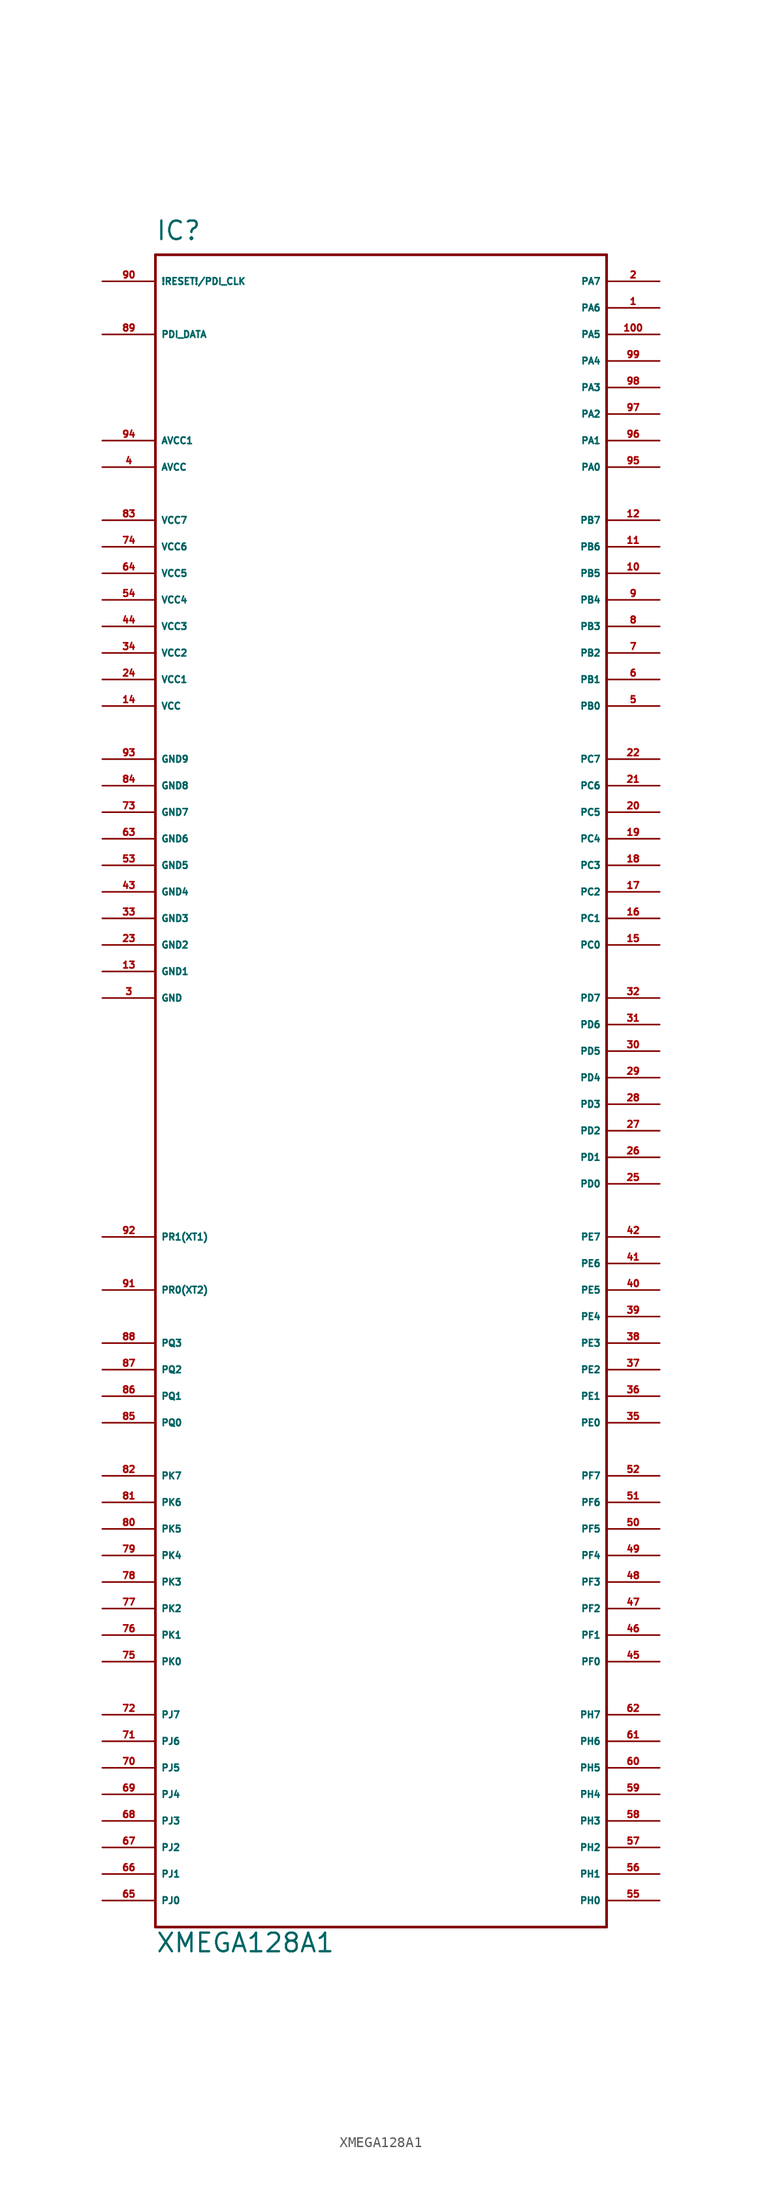
<source format=kicad_sym>
(kicad_symbol_lib
  (version 20220914)
  (generator Eagle2Kicad)
  (symbol "XMEGA128A1"
    (property "Reference" "IC"
      (at -20.32 80.01 0)
      (effects (font (size 1.778 1.778) (thickness 0.22)) (justify left bottom)))
    (property "Value" "XMEGA128A1"
      (at -20.32 -83.82 0)
      (effects (font (size 1.778 1.778) (thickness 0.22)) (justify left bottom)))
    (polyline
      (pts (xy -20.32 78.74) (xy 22.86 78.74))
      (stroke (width 0.254) (type default))
      (fill (type none)))
    (polyline
      (pts (xy 22.86 78.74) (xy 22.86 -81.28))
      (stroke (width 0.254) (type default))
      (fill (type none)))
    (polyline
      (pts (xy 22.86 -81.28) (xy -20.32 -81.28))
      (stroke (width 0.254) (type default))
      (fill (type none)))
    (polyline
      (pts (xy -20.32 -81.28) (xy -20.32 78.74))
      (stroke (width 0.254) (type default))
      (fill (type none)))
    (pin bidirectional line
      (at 27.94 -55.88 180)
      (length 5.08)
      (name "PF0" (effects (font (size 0.635 0.635) (thickness 0.08)) (justify left bottom)))
      (number "45" (effects (font (size 0.635 0.635) (thickness 0.08)) (justify left bottom))))
    (pin bidirectional line
      (at 27.94 -53.34 180)
      (length 5.08)
      (name "PF1" (effects (font (size 0.635 0.635) (thickness 0.08)) (justify left bottom)))
      (number "46" (effects (font (size 0.635 0.635) (thickness 0.08)) (justify left bottom))))
    (pin bidirectional line
      (at 27.94 -50.8 180)
      (length 5.08)
      (name "PF2" (effects (font (size 0.635 0.635) (thickness 0.08)) (justify left bottom)))
      (number "47" (effects (font (size 0.635 0.635) (thickness 0.08)) (justify left bottom))))
    (pin bidirectional line
      (at 27.94 -48.26 180)
      (length 5.08)
      (name "PF3" (effects (font (size 0.635 0.635) (thickness 0.08)) (justify left bottom)))
      (number "48" (effects (font (size 0.635 0.635) (thickness 0.08)) (justify left bottom))))
    (pin bidirectional line
      (at 27.94 -45.72 180)
      (length 5.08)
      (name "PF4" (effects (font (size 0.635 0.635) (thickness 0.08)) (justify left bottom)))
      (number "49" (effects (font (size 0.635 0.635) (thickness 0.08)) (justify left bottom))))
    (pin bidirectional line
      (at 27.94 -43.18 180)
      (length 5.08)
      (name "PF5" (effects (font (size 0.635 0.635) (thickness 0.08)) (justify left bottom)))
      (number "50" (effects (font (size 0.635 0.635) (thickness 0.08)) (justify left bottom))))
    (pin bidirectional line
      (at 27.94 -40.64 180)
      (length 5.08)
      (name "PF6" (effects (font (size 0.635 0.635) (thickness 0.08)) (justify left bottom)))
      (number "51" (effects (font (size 0.635 0.635) (thickness 0.08)) (justify left bottom))))
    (pin bidirectional line
      (at 27.94 -38.1 180)
      (length 5.08)
      (name "PF7" (effects (font (size 0.635 0.635) (thickness 0.08)) (justify left bottom)))
      (number "52" (effects (font (size 0.635 0.635) (thickness 0.08)) (justify left bottom))))
    (pin bidirectional line
      (at 27.94 -33.02 180)
      (length 5.08)
      (name "PE0" (effects (font (size 0.635 0.635) (thickness 0.08)) (justify left bottom)))
      (number "35" (effects (font (size 0.635 0.635) (thickness 0.08)) (justify left bottom))))
    (pin bidirectional line
      (at 27.94 -30.48 180)
      (length 5.08)
      (name "PE1" (effects (font (size 0.635 0.635) (thickness 0.08)) (justify left bottom)))
      (number "36" (effects (font (size 0.635 0.635) (thickness 0.08)) (justify left bottom))))
    (pin bidirectional line
      (at 27.94 -27.94 180)
      (length 5.08)
      (name "PE2" (effects (font (size 0.635 0.635) (thickness 0.08)) (justify left bottom)))
      (number "37" (effects (font (size 0.635 0.635) (thickness 0.08)) (justify left bottom))))
    (pin bidirectional line
      (at 27.94 -25.4 180)
      (length 5.08)
      (name "PE3" (effects (font (size 0.635 0.635) (thickness 0.08)) (justify left bottom)))
      (number "38" (effects (font (size 0.635 0.635) (thickness 0.08)) (justify left bottom))))
    (pin bidirectional line
      (at 27.94 -22.86 180)
      (length 5.08)
      (name "PE4" (effects (font (size 0.635 0.635) (thickness 0.08)) (justify left bottom)))
      (number "39" (effects (font (size 0.635 0.635) (thickness 0.08)) (justify left bottom))))
    (pin bidirectional line
      (at 27.94 -20.32 180)
      (length 5.08)
      (name "PE5" (effects (font (size 0.635 0.635) (thickness 0.08)) (justify left bottom)))
      (number "40" (effects (font (size 0.635 0.635) (thickness 0.08)) (justify left bottom))))
    (pin bidirectional line
      (at 27.94 -17.78 180)
      (length 5.08)
      (name "PE6" (effects (font (size 0.635 0.635) (thickness 0.08)) (justify left bottom)))
      (number "41" (effects (font (size 0.635 0.635) (thickness 0.08)) (justify left bottom))))
    (pin bidirectional line
      (at 27.94 -15.24 180)
      (length 5.08)
      (name "PE7" (effects (font (size 0.635 0.635) (thickness 0.08)) (justify left bottom)))
      (number "42" (effects (font (size 0.635 0.635) (thickness 0.08)) (justify left bottom))))
    (pin bidirectional line
      (at 27.94 7.62 180)
      (length 5.08)
      (name "PD7" (effects (font (size 0.635 0.635) (thickness 0.08)) (justify left bottom)))
      (number "32" (effects (font (size 0.635 0.635) (thickness 0.08)) (justify left bottom))))
    (pin bidirectional line
      (at 27.94 5.08 180)
      (length 5.08)
      (name "PD6" (effects (font (size 0.635 0.635) (thickness 0.08)) (justify left bottom)))
      (number "31" (effects (font (size 0.635 0.635) (thickness 0.08)) (justify left bottom))))
    (pin bidirectional line
      (at 27.94 2.54 180)
      (length 5.08)
      (name "PD5" (effects (font (size 0.635 0.635) (thickness 0.08)) (justify left bottom)))
      (number "30" (effects (font (size 0.635 0.635) (thickness 0.08)) (justify left bottom))))
    (pin bidirectional line
      (at 27.94 0 180)
      (length 5.08)
      (name "PD4" (effects (font (size 0.635 0.635) (thickness 0.08)) (justify left bottom)))
      (number "29" (effects (font (size 0.635 0.635) (thickness 0.08)) (justify left bottom))))
    (pin bidirectional line
      (at 27.94 -2.54 180)
      (length 5.08)
      (name "PD3" (effects (font (size 0.635 0.635) (thickness 0.08)) (justify left bottom)))
      (number "28" (effects (font (size 0.635 0.635) (thickness 0.08)) (justify left bottom))))
    (pin bidirectional line
      (at 27.94 -5.08 180)
      (length 5.08)
      (name "PD2" (effects (font (size 0.635 0.635) (thickness 0.08)) (justify left bottom)))
      (number "27" (effects (font (size 0.635 0.635) (thickness 0.08)) (justify left bottom))))
    (pin bidirectional line
      (at 27.94 -7.62 180)
      (length 5.08)
      (name "PD1" (effects (font (size 0.635 0.635) (thickness 0.08)) (justify left bottom)))
      (number "26" (effects (font (size 0.635 0.635) (thickness 0.08)) (justify left bottom))))
    (pin bidirectional line
      (at 27.94 -10.16 180)
      (length 5.08)
      (name "PD0" (effects (font (size 0.635 0.635) (thickness 0.08)) (justify left bottom)))
      (number "25" (effects (font (size 0.635 0.635) (thickness 0.08)) (justify left bottom))))
    (pin bidirectional line
      (at 27.94 30.48 180)
      (length 5.08)
      (name "PC7" (effects (font (size 0.635 0.635) (thickness 0.08)) (justify left bottom)))
      (number "22" (effects (font (size 0.635 0.635) (thickness 0.08)) (justify left bottom))))
    (pin bidirectional line
      (at 27.94 27.94 180)
      (length 5.08)
      (name "PC6" (effects (font (size 0.635 0.635) (thickness 0.08)) (justify left bottom)))
      (number "21" (effects (font (size 0.635 0.635) (thickness 0.08)) (justify left bottom))))
    (pin bidirectional line
      (at 27.94 25.4 180)
      (length 5.08)
      (name "PC5" (effects (font (size 0.635 0.635) (thickness 0.08)) (justify left bottom)))
      (number "20" (effects (font (size 0.635 0.635) (thickness 0.08)) (justify left bottom))))
    (pin bidirectional line
      (at 27.94 22.86 180)
      (length 5.08)
      (name "PC4" (effects (font (size 0.635 0.635) (thickness 0.08)) (justify left bottom)))
      (number "19" (effects (font (size 0.635 0.635) (thickness 0.08)) (justify left bottom))))
    (pin bidirectional line
      (at 27.94 20.32 180)
      (length 5.08)
      (name "PC3" (effects (font (size 0.635 0.635) (thickness 0.08)) (justify left bottom)))
      (number "18" (effects (font (size 0.635 0.635) (thickness 0.08)) (justify left bottom))))
    (pin bidirectional line
      (at 27.94 17.78 180)
      (length 5.08)
      (name "PC2" (effects (font (size 0.635 0.635) (thickness 0.08)) (justify left bottom)))
      (number "17" (effects (font (size 0.635 0.635) (thickness 0.08)) (justify left bottom))))
    (pin bidirectional line
      (at 27.94 15.24 180)
      (length 5.08)
      (name "PC1" (effects (font (size 0.635 0.635) (thickness 0.08)) (justify left bottom)))
      (number "16" (effects (font (size 0.635 0.635) (thickness 0.08)) (justify left bottom))))
    (pin bidirectional line
      (at 27.94 12.7 180)
      (length 5.08)
      (name "PC0" (effects (font (size 0.635 0.635) (thickness 0.08)) (justify left bottom)))
      (number "15" (effects (font (size 0.635 0.635) (thickness 0.08)) (justify left bottom))))
    (pin bidirectional line
      (at 27.94 35.56 180)
      (length 5.08)
      (name "PB0" (effects (font (size 0.635 0.635) (thickness 0.08)) (justify left bottom)))
      (number "5" (effects (font (size 0.635 0.635) (thickness 0.08)) (justify left bottom))))
    (pin bidirectional line
      (at 27.94 73.66 180)
      (length 5.08)
      (name "PA6" (effects (font (size 0.635 0.635) (thickness 0.08)) (justify left bottom)))
      (number "1" (effects (font (size 0.635 0.635) (thickness 0.08)) (justify left bottom))))
    (pin bidirectional line
      (at 27.94 76.2 180)
      (length 5.08)
      (name "PA7" (effects (font (size 0.635 0.635) (thickness 0.08)) (justify left bottom)))
      (number "2" (effects (font (size 0.635 0.635) (thickness 0.08)) (justify left bottom))))
    (pin bidirectional line
      (at 27.94 71.12 180)
      (length 5.08)
      (name "PA5" (effects (font (size 0.635 0.635) (thickness 0.08)) (justify left bottom)))
      (number "100" (effects (font (size 0.635 0.635) (thickness 0.08)) (justify left bottom))))
    (pin bidirectional line
      (at 27.94 68.58 180)
      (length 5.08)
      (name "PA4" (effects (font (size 0.635 0.635) (thickness 0.08)) (justify left bottom)))
      (number "99" (effects (font (size 0.635 0.635) (thickness 0.08)) (justify left bottom))))
    (pin bidirectional line
      (at 27.94 66.04 180)
      (length 5.08)
      (name "PA3" (effects (font (size 0.635 0.635) (thickness 0.08)) (justify left bottom)))
      (number "98" (effects (font (size 0.635 0.635) (thickness 0.08)) (justify left bottom))))
    (pin bidirectional line
      (at 27.94 63.5 180)
      (length 5.08)
      (name "PA2" (effects (font (size 0.635 0.635) (thickness 0.08)) (justify left bottom)))
      (number "97" (effects (font (size 0.635 0.635) (thickness 0.08)) (justify left bottom))))
    (pin bidirectional line
      (at 27.94 60.96 180)
      (length 5.08)
      (name "PA1" (effects (font (size 0.635 0.635) (thickness 0.08)) (justify left bottom)))
      (number "96" (effects (font (size 0.635 0.635) (thickness 0.08)) (justify left bottom))))
    (pin bidirectional line
      (at 27.94 58.42 180)
      (length 5.08)
      (name "PA0" (effects (font (size 0.635 0.635) (thickness 0.08)) (justify left bottom)))
      (number "95" (effects (font (size 0.635 0.635) (thickness 0.08)) (justify left bottom))))
    (pin unspecified line
      (at -25.4 60.96 0)
      (length 5.08)
      (name "AVCC1" (effects (font (size 0.635 0.635) (thickness 0.08)) (justify left bottom)))
      (number "94" (effects (font (size 0.635 0.635) (thickness 0.08)) (justify left bottom))))
    (pin unspecified line
      (at -25.4 30.48 0)
      (length 5.08)
      (name "GND9" (effects (font (size 0.635 0.635) (thickness 0.08)) (justify left bottom)))
      (number "93" (effects (font (size 0.635 0.635) (thickness 0.08)) (justify left bottom))))
    (pin bidirectional line
      (at -25.4 71.12 0)
      (length 5.08)
      (name "PDI_DATA" (effects (font (size 0.635 0.635) (thickness 0.08)) (justify left bottom)))
      (number "89" (effects (font (size 0.635 0.635) (thickness 0.08)) (justify left bottom))))
    (pin unspecified line
      (at -25.4 38.1 0)
      (length 5.08)
      (name "VCC1" (effects (font (size 0.635 0.635) (thickness 0.08)) (justify left bottom)))
      (number "24" (effects (font (size 0.635 0.635) (thickness 0.08)) (justify left bottom))))
    (pin unspecified line
      (at -25.4 35.56 0)
      (length 5.08)
      (name "VCC" (effects (font (size 0.635 0.635) (thickness 0.08)) (justify left bottom)))
      (number "14" (effects (font (size 0.635 0.635) (thickness 0.08)) (justify left bottom))))
    (pin unspecified line
      (at -25.4 10.16 0)
      (length 5.08)
      (name "GND1" (effects (font (size 0.635 0.635) (thickness 0.08)) (justify left bottom)))
      (number "13" (effects (font (size 0.635 0.635) (thickness 0.08)) (justify left bottom))))
    (pin unspecified line
      (at -25.4 7.62 0)
      (length 5.08)
      (name "GND" (effects (font (size 0.635 0.635) (thickness 0.08)) (justify left bottom)))
      (number "3" (effects (font (size 0.635 0.635) (thickness 0.08)) (justify left bottom))))
    (pin input line
      (at -25.4 76.2 0)
      (length 5.08)
      (name "!RESET!/PDI_CLK" (effects (font (size 0.635 0.635) (thickness 0.08)) (justify left bottom)))
      (number "90" (effects (font (size 0.635 0.635) (thickness 0.08)) (justify left bottom))))
    (pin unspecified line
      (at -25.4 12.7 0)
      (length 5.08)
      (name "GND2" (effects (font (size 0.635 0.635) (thickness 0.08)) (justify left bottom)))
      (number "23" (effects (font (size 0.635 0.635) (thickness 0.08)) (justify left bottom))))
    (pin unspecified line
      (at -25.4 15.24 0)
      (length 5.08)
      (name "GND3" (effects (font (size 0.635 0.635) (thickness 0.08)) (justify left bottom)))
      (number "33" (effects (font (size 0.635 0.635) (thickness 0.08)) (justify left bottom))))
    (pin unspecified line
      (at -25.4 17.78 0)
      (length 5.08)
      (name "GND4" (effects (font (size 0.635 0.635) (thickness 0.08)) (justify left bottom)))
      (number "43" (effects (font (size 0.635 0.635) (thickness 0.08)) (justify left bottom))))
    (pin unspecified line
      (at -25.4 20.32 0)
      (length 5.08)
      (name "GND5" (effects (font (size 0.635 0.635) (thickness 0.08)) (justify left bottom)))
      (number "53" (effects (font (size 0.635 0.635) (thickness 0.08)) (justify left bottom))))
    (pin unspecified line
      (at -25.4 22.86 0)
      (length 5.08)
      (name "GND6" (effects (font (size 0.635 0.635) (thickness 0.08)) (justify left bottom)))
      (number "63" (effects (font (size 0.635 0.635) (thickness 0.08)) (justify left bottom))))
    (pin unspecified line
      (at -25.4 25.4 0)
      (length 5.08)
      (name "GND7" (effects (font (size 0.635 0.635) (thickness 0.08)) (justify left bottom)))
      (number "73" (effects (font (size 0.635 0.635) (thickness 0.08)) (justify left bottom))))
    (pin unspecified line
      (at -25.4 40.64 0)
      (length 5.08)
      (name "VCC2" (effects (font (size 0.635 0.635) (thickness 0.08)) (justify left bottom)))
      (number "34" (effects (font (size 0.635 0.635) (thickness 0.08)) (justify left bottom))))
    (pin unspecified line
      (at -25.4 43.18 0)
      (length 5.08)
      (name "VCC3" (effects (font (size 0.635 0.635) (thickness 0.08)) (justify left bottom)))
      (number "44" (effects (font (size 0.635 0.635) (thickness 0.08)) (justify left bottom))))
    (pin unspecified line
      (at -25.4 45.72 0)
      (length 5.08)
      (name "VCC4" (effects (font (size 0.635 0.635) (thickness 0.08)) (justify left bottom)))
      (number "54" (effects (font (size 0.635 0.635) (thickness 0.08)) (justify left bottom))))
    (pin unspecified line
      (at -25.4 48.26 0)
      (length 5.08)
      (name "VCC5" (effects (font (size 0.635 0.635) (thickness 0.08)) (justify left bottom)))
      (number "64" (effects (font (size 0.635 0.635) (thickness 0.08)) (justify left bottom))))
    (pin unspecified line
      (at -25.4 50.8 0)
      (length 5.08)
      (name "VCC6" (effects (font (size 0.635 0.635) (thickness 0.08)) (justify left bottom)))
      (number "74" (effects (font (size 0.635 0.635) (thickness 0.08)) (justify left bottom))))
    (pin unspecified line
      (at -25.4 53.34 0)
      (length 5.08)
      (name "VCC7" (effects (font (size 0.635 0.635) (thickness 0.08)) (justify left bottom)))
      (number "83" (effects (font (size 0.635 0.635) (thickness 0.08)) (justify left bottom))))
    (pin unspecified line
      (at -25.4 58.42 0)
      (length 5.08)
      (name "AVCC" (effects (font (size 0.635 0.635) (thickness 0.08)) (justify left bottom)))
      (number "4" (effects (font (size 0.635 0.635) (thickness 0.08)) (justify left bottom))))
    (pin unspecified line
      (at -25.4 27.94 0)
      (length 5.08)
      (name "GND8" (effects (font (size 0.635 0.635) (thickness 0.08)) (justify left bottom)))
      (number "84" (effects (font (size 0.635 0.635) (thickness 0.08)) (justify left bottom))))
    (pin bidirectional line
      (at 27.94 -78.74 180)
      (length 5.08)
      (name "PH0" (effects (font (size 0.635 0.635) (thickness 0.08)) (justify left bottom)))
      (number "55" (effects (font (size 0.635 0.635) (thickness 0.08)) (justify left bottom))))
    (pin bidirectional line
      (at 27.94 -76.2 180)
      (length 5.08)
      (name "PH1" (effects (font (size 0.635 0.635) (thickness 0.08)) (justify left bottom)))
      (number "56" (effects (font (size 0.635 0.635) (thickness 0.08)) (justify left bottom))))
    (pin bidirectional line
      (at 27.94 -73.66 180)
      (length 5.08)
      (name "PH2" (effects (font (size 0.635 0.635) (thickness 0.08)) (justify left bottom)))
      (number "57" (effects (font (size 0.635 0.635) (thickness 0.08)) (justify left bottom))))
    (pin bidirectional line
      (at 27.94 -71.12 180)
      (length 5.08)
      (name "PH3" (effects (font (size 0.635 0.635) (thickness 0.08)) (justify left bottom)))
      (number "58" (effects (font (size 0.635 0.635) (thickness 0.08)) (justify left bottom))))
    (pin bidirectional line
      (at 27.94 -68.58 180)
      (length 5.08)
      (name "PH4" (effects (font (size 0.635 0.635) (thickness 0.08)) (justify left bottom)))
      (number "59" (effects (font (size 0.635 0.635) (thickness 0.08)) (justify left bottom))))
    (pin bidirectional line
      (at 27.94 -66.04 180)
      (length 5.08)
      (name "PH5" (effects (font (size 0.635 0.635) (thickness 0.08)) (justify left bottom)))
      (number "60" (effects (font (size 0.635 0.635) (thickness 0.08)) (justify left bottom))))
    (pin bidirectional line
      (at 27.94 -63.5 180)
      (length 5.08)
      (name "PH6" (effects (font (size 0.635 0.635) (thickness 0.08)) (justify left bottom)))
      (number "61" (effects (font (size 0.635 0.635) (thickness 0.08)) (justify left bottom))))
    (pin bidirectional line
      (at 27.94 -60.96 180)
      (length 5.08)
      (name "PH7" (effects (font (size 0.635 0.635) (thickness 0.08)) (justify left bottom)))
      (number "62" (effects (font (size 0.635 0.635) (thickness 0.08)) (justify left bottom))))
    (pin bidirectional line
      (at -25.4 -78.74 0)
      (length 5.08)
      (name "PJ0" (effects (font (size 0.635 0.635) (thickness 0.08)) (justify left bottom)))
      (number "65" (effects (font (size 0.635 0.635) (thickness 0.08)) (justify left bottom))))
    (pin bidirectional line
      (at -25.4 -76.2 0)
      (length 5.08)
      (name "PJ1" (effects (font (size 0.635 0.635) (thickness 0.08)) (justify left bottom)))
      (number "66" (effects (font (size 0.635 0.635) (thickness 0.08)) (justify left bottom))))
    (pin bidirectional line
      (at -25.4 -73.66 0)
      (length 5.08)
      (name "PJ2" (effects (font (size 0.635 0.635) (thickness 0.08)) (justify left bottom)))
      (number "67" (effects (font (size 0.635 0.635) (thickness 0.08)) (justify left bottom))))
    (pin bidirectional line
      (at -25.4 -71.12 0)
      (length 5.08)
      (name "PJ3" (effects (font (size 0.635 0.635) (thickness 0.08)) (justify left bottom)))
      (number "68" (effects (font (size 0.635 0.635) (thickness 0.08)) (justify left bottom))))
    (pin bidirectional line
      (at -25.4 -68.58 0)
      (length 5.08)
      (name "PJ4" (effects (font (size 0.635 0.635) (thickness 0.08)) (justify left bottom)))
      (number "69" (effects (font (size 0.635 0.635) (thickness 0.08)) (justify left bottom))))
    (pin bidirectional line
      (at -25.4 -66.04 0)
      (length 5.08)
      (name "PJ5" (effects (font (size 0.635 0.635) (thickness 0.08)) (justify left bottom)))
      (number "70" (effects (font (size 0.635 0.635) (thickness 0.08)) (justify left bottom))))
    (pin bidirectional line
      (at -25.4 -63.5 0)
      (length 5.08)
      (name "PJ6" (effects (font (size 0.635 0.635) (thickness 0.08)) (justify left bottom)))
      (number "71" (effects (font (size 0.635 0.635) (thickness 0.08)) (justify left bottom))))
    (pin bidirectional line
      (at -25.4 -60.96 0)
      (length 5.08)
      (name "PJ7" (effects (font (size 0.635 0.635) (thickness 0.08)) (justify left bottom)))
      (number "72" (effects (font (size 0.635 0.635) (thickness 0.08)) (justify left bottom))))
    (pin bidirectional line
      (at -25.4 -55.88 0)
      (length 5.08)
      (name "PK0" (effects (font (size 0.635 0.635) (thickness 0.08)) (justify left bottom)))
      (number "75" (effects (font (size 0.635 0.635) (thickness 0.08)) (justify left bottom))))
    (pin bidirectional line
      (at -25.4 -53.34 0)
      (length 5.08)
      (name "PK1" (effects (font (size 0.635 0.635) (thickness 0.08)) (justify left bottom)))
      (number "76" (effects (font (size 0.635 0.635) (thickness 0.08)) (justify left bottom))))
    (pin bidirectional line
      (at -25.4 -50.8 0)
      (length 5.08)
      (name "PK2" (effects (font (size 0.635 0.635) (thickness 0.08)) (justify left bottom)))
      (number "77" (effects (font (size 0.635 0.635) (thickness 0.08)) (justify left bottom))))
    (pin bidirectional line
      (at -25.4 -48.26 0)
      (length 5.08)
      (name "PK3" (effects (font (size 0.635 0.635) (thickness 0.08)) (justify left bottom)))
      (number "78" (effects (font (size 0.635 0.635) (thickness 0.08)) (justify left bottom))))
    (pin bidirectional line
      (at -25.4 -45.72 0)
      (length 5.08)
      (name "PK4" (effects (font (size 0.635 0.635) (thickness 0.08)) (justify left bottom)))
      (number "79" (effects (font (size 0.635 0.635) (thickness 0.08)) (justify left bottom))))
    (pin bidirectional line
      (at -25.4 -43.18 0)
      (length 5.08)
      (name "PK5" (effects (font (size 0.635 0.635) (thickness 0.08)) (justify left bottom)))
      (number "80" (effects (font (size 0.635 0.635) (thickness 0.08)) (justify left bottom))))
    (pin bidirectional line
      (at -25.4 -40.64 0)
      (length 5.08)
      (name "PK6" (effects (font (size 0.635 0.635) (thickness 0.08)) (justify left bottom)))
      (number "81" (effects (font (size 0.635 0.635) (thickness 0.08)) (justify left bottom))))
    (pin bidirectional line
      (at -25.4 -38.1 0)
      (length 5.08)
      (name "PK7" (effects (font (size 0.635 0.635) (thickness 0.08)) (justify left bottom)))
      (number "82" (effects (font (size 0.635 0.635) (thickness 0.08)) (justify left bottom))))
    (pin bidirectional line
      (at -25.4 -33.02 0)
      (length 5.08)
      (name "PQ0" (effects (font (size 0.635 0.635) (thickness 0.08)) (justify left bottom)))
      (number "85" (effects (font (size 0.635 0.635) (thickness 0.08)) (justify left bottom))))
    (pin bidirectional line
      (at -25.4 -30.48 0)
      (length 5.08)
      (name "PQ1" (effects (font (size 0.635 0.635) (thickness 0.08)) (justify left bottom)))
      (number "86" (effects (font (size 0.635 0.635) (thickness 0.08)) (justify left bottom))))
    (pin bidirectional line
      (at -25.4 -27.94 0)
      (length 5.08)
      (name "PQ2" (effects (font (size 0.635 0.635) (thickness 0.08)) (justify left bottom)))
      (number "87" (effects (font (size 0.635 0.635) (thickness 0.08)) (justify left bottom))))
    (pin bidirectional line
      (at -25.4 -25.4 0)
      (length 5.08)
      (name "PQ3" (effects (font (size 0.635 0.635) (thickness 0.08)) (justify left bottom)))
      (number "88" (effects (font (size 0.635 0.635) (thickness 0.08)) (justify left bottom))))
    (pin bidirectional line
      (at -25.4 -20.32 0)
      (length 5.08)
      (name "PR0(XT2)" (effects (font (size 0.635 0.635) (thickness 0.08)) (justify left bottom)))
      (number "91" (effects (font (size 0.635 0.635) (thickness 0.08)) (justify left bottom))))
    (pin bidirectional line
      (at -25.4 -15.24 0)
      (length 5.08)
      (name "PR1(XT1)" (effects (font (size 0.635 0.635) (thickness 0.08)) (justify left bottom)))
      (number "92" (effects (font (size 0.635 0.635) (thickness 0.08)) (justify left bottom))))
    (pin bidirectional line
      (at 27.94 38.1 180)
      (length 5.08)
      (name "PB1" (effects (font (size 0.635 0.635) (thickness 0.08)) (justify left bottom)))
      (number "6" (effects (font (size 0.635 0.635) (thickness 0.08)) (justify left bottom))))
    (pin bidirectional line
      (at 27.94 40.64 180)
      (length 5.08)
      (name "PB2" (effects (font (size 0.635 0.635) (thickness 0.08)) (justify left bottom)))
      (number "7" (effects (font (size 0.635 0.635) (thickness 0.08)) (justify left bottom))))
    (pin bidirectional line
      (at 27.94 43.18 180)
      (length 5.08)
      (name "PB3" (effects (font (size 0.635 0.635) (thickness 0.08)) (justify left bottom)))
      (number "8" (effects (font (size 0.635 0.635) (thickness 0.08)) (justify left bottom))))
    (pin bidirectional line
      (at 27.94 45.72 180)
      (length 5.08)
      (name "PB4" (effects (font (size 0.635 0.635) (thickness 0.08)) (justify left bottom)))
      (number "9" (effects (font (size 0.635 0.635) (thickness 0.08)) (justify left bottom))))
    (pin bidirectional line
      (at 27.94 48.26 180)
      (length 5.08)
      (name "PB5" (effects (font (size 0.635 0.635) (thickness 0.08)) (justify left bottom)))
      (number "10" (effects (font (size 0.635 0.635) (thickness 0.08)) (justify left bottom))))
    (pin bidirectional line
      (at 27.94 50.8 180)
      (length 5.08)
      (name "PB6" (effects (font (size 0.635 0.635) (thickness 0.08)) (justify left bottom)))
      (number "11" (effects (font (size 0.635 0.635) (thickness 0.08)) (justify left bottom))))
    (pin bidirectional line
      (at 27.94 53.34 180)
      (length 5.08)
      (name "PB7" (effects (font (size 0.635 0.635) (thickness 0.08)) (justify left bottom)))
      (number "12" (effects (font (size 0.635 0.635) (thickness 0.08)) (justify left bottom))))))
</source>
